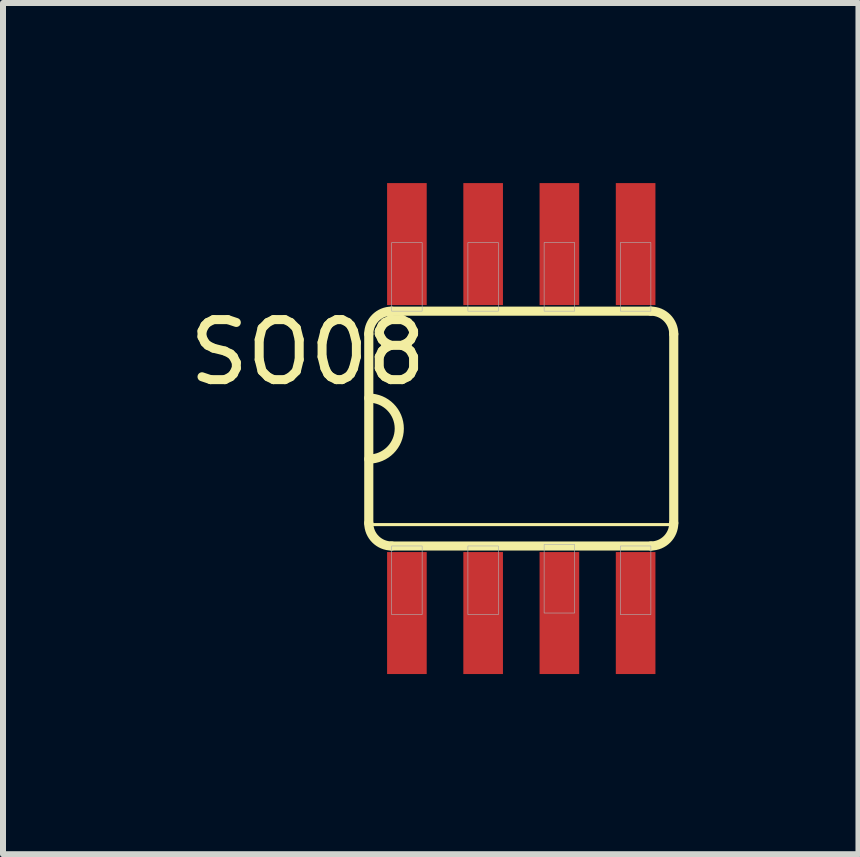
<source format=kicad_pcb>
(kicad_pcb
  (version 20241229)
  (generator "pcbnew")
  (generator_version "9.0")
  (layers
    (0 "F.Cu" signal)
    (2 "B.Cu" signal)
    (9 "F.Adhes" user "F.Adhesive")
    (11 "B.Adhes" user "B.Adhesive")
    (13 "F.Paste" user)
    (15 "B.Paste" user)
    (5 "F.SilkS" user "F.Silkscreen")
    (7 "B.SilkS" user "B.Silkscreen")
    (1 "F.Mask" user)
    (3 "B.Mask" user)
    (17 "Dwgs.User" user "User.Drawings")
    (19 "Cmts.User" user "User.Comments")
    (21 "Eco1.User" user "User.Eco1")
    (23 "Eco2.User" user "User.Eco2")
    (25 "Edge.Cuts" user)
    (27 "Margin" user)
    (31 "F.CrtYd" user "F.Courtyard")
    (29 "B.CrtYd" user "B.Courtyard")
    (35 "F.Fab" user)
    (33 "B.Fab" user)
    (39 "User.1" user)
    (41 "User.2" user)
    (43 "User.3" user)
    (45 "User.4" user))
  (footprint "SO08"
    (layer "F.Cu")
    (at 5.633 4.089)
    (property "Reference" "SO08" (at -3.556 -1.27 180) (layer "F.SilkS") (effects (font (size 1 1) (thickness 0.15))))
    (attr through_hole)
    (fp_line (start -2.54 -1.575) (end -2.54 1.575) (stroke (width 0.152) (type solid)) (layer "F.SilkS"))
    (fp_line (start -2.54 1.6) (end 2.54 1.6) (stroke (width 0.051) (type solid)) (layer "F.SilkS"))
    (fp_line (start -2.159 1.956) (end 2.159 1.956) (stroke (width 0.152) (type solid)) (layer "F.SilkS"))
    (fp_line (start 2.159 -1.956) (end -2.159 -1.956) (stroke (width 0.152) (type solid)) (layer "F.SilkS"))
    (fp_line (start 2.54 1.575) (end 2.54 -1.575) (stroke (width 0.152) (type solid)) (layer "F.SilkS"))
    (fp_arc (start -2.54 -1.5748) (mid -2.428408 -1.844208) (end -2.159 -1.9558) (stroke (width 0.1524) (type solid)) (layer "F.SilkS"))
    (fp_arc (start -2.54 -0.508) (mid -2.032 0) (end -2.54 0.508) (stroke (width 0.1524) (type solid)) (layer "F.SilkS"))
    (fp_arc (start -2.159 1.9558) (mid -2.428408 1.844208) (end -2.54 1.5748) (stroke (width 0.1524) (type solid)) (layer "F.SilkS"))
    (fp_arc (start 2.159 -1.9558) (mid 2.428408 -1.844208) (end 2.54 -1.5748) (stroke (width 0.1524) (type solid)) (layer "F.SilkS"))
    (fp_arc (start 2.54 1.5748) (mid 2.428408 1.844208) (end 2.159 1.9558) (stroke (width 0.1524) (type solid)) (layer "F.SilkS"))
    (fp_poly (pts (xy -2.159 -3.099) (xy -1.651 -3.099) (xy -1.651 -1.956) (xy -2.159 -1.956)) (stroke (width 0.01) (type solid)) (fill no) (layer "F.Fab"))
    (fp_poly (pts (xy -2.159 1.956) (xy -1.651 1.956) (xy -1.651 3.099) (xy -2.159 3.099)) (stroke (width 0.01) (type solid)) (fill no) (layer "F.Fab"))
    (fp_poly (pts (xy -0.889 -3.099) (xy -0.381 -3.099) (xy -0.381 -1.956) (xy -0.889 -1.956)) (stroke (width 0.01) (type solid)) (fill no) (layer "F.Fab"))
    (fp_poly (pts (xy -0.889 1.956) (xy -0.381 1.956) (xy -0.381 3.099) (xy -0.889 3.099)) (stroke (width 0.01) (type solid)) (fill no) (layer "F.Fab"))
    (fp_poly (pts (xy 0.381 -3.099) (xy 0.889 -3.099) (xy 0.889 -1.956) (xy 0.381 -1.956)) (stroke (width 0.01) (type solid)) (fill no) (layer "F.Fab"))
    (fp_poly (pts (xy 0.381 1.93) (xy 0.889 1.93) (xy 0.889 3.073) (xy 0.381 3.073)) (stroke (width 0.01) (type solid)) (fill no) (layer "F.Fab"))
    (fp_poly (pts (xy 1.651 -3.099) (xy 2.159 -3.099) (xy 2.159 -1.956) (xy 1.651 -1.956)) (stroke (width 0.01) (type solid)) (fill no) (layer "F.Fab"))
    (fp_poly (pts (xy 1.651 1.956) (xy 2.159 1.956) (xy 2.159 3.099) (xy 1.651 3.099)) (stroke (width 0.01) (type solid)) (fill no) (layer "F.Fab"))
    (pad "1" smd rect (at -1.905 3.073) (size 0.66 2.032) (layers "F.Cu" "F.Mask" "F.Paste"))
    (pad "2" smd rect (at -0.635 3.073) (size 0.66 2.032) (layers "F.Cu" "F.Mask" "F.Paste"))
    (pad "3" smd rect (at 0.635 3.073) (size 0.66 2.032) (layers "F.Cu" "F.Mask" "F.Paste"))
    (pad "4" smd rect (at 1.905 3.073) (size 0.66 2.032) (layers "F.Cu" "F.Mask" "F.Paste"))
    (pad "5" smd rect (at 1.905 -3.073) (size 0.66 2.032) (layers "F.Cu" "F.Mask" "F.Paste"))
    (pad "6" smd rect (at 0.635 -3.073) (size 0.66 2.032) (layers "F.Cu" "F.Mask" "F.Paste"))
    (pad "7" smd rect (at -0.635 -3.073) (size 0.66 2.032) (layers "F.Cu" "F.Mask" "F.Paste"))
    (pad "8" smd rect (at -1.905 -3.073) (size 0.66 2.032) (layers "F.Cu" "F.Mask" "F.Paste")))
  (gr_rect
    (start -3 -3)
    (end 11.25 11.179)
    (stroke (width 0.1) (type default))
    (fill no)
    (layer "Edge.Cuts")))
</source>
